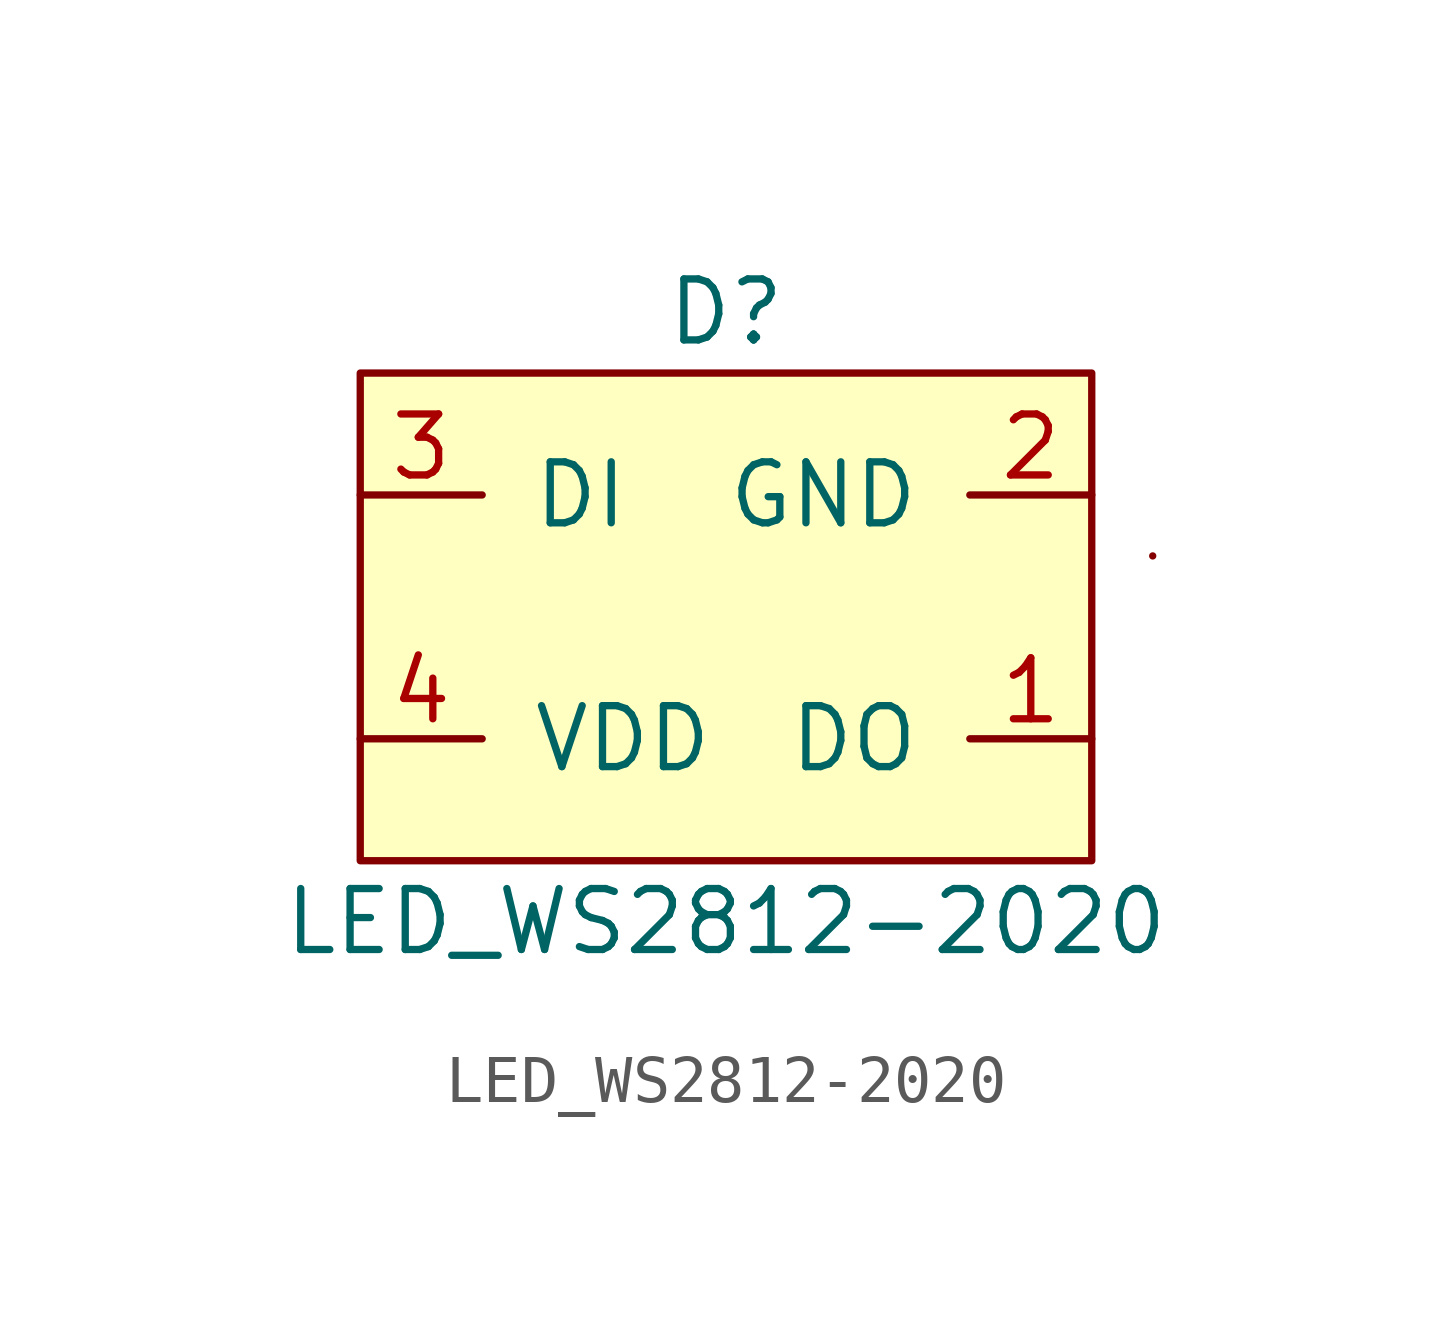
<source format=kicad_sym>
(kicad_symbol_lib
  (version 20241209)
  (generator "kicad_symbol_editor")
  (generator_version "9.0")
  (symbol "LED_WS2812-2020"
    (pin_names
      (offset 1.016))
    (property "Reference" "D"
      (at 0 6.35 0)
      (effects (font (size 1.27 1.27))))
    (property "Value" "LED_WS2812-2020"
      (at 0 -6.35 0)
      (effects (font (size 1.27 1.27))))
    (symbol "LED_WS2812-2020_0_1"
      (rectangle (start -7.62 -5.08) (end 7.62 5.08) (stroke (width 0) (type solid)) (fill (type background)))
      (rectangle (start 8.89 1.27) (end 8.89 1.27) (stroke (width 0) (type solid)) (fill (type outline))))
    (symbol "LED_WS2812-2020_1_1"
      (pin input line (at -7.62 2.54 0) (length 2.54) (name "DI" (effects (font (size 1.27 1.27)))) (number "3" (effects (font (size 1.27 1.27)))))
      (pin power_in line (at -7.62 -2.54 0) (length 2.54) (name "VDD" (effects (font (size 1.27 1.27)))) (number "4" (effects (font (size 1.27 1.27)))))
      (pin input line (at 7.62 2.54 180) (length 2.54) (name "GND" (effects (font (size 1.27 1.27)))) (number "2" (effects (font (size 1.27 1.27)))))
      (pin output line (at 7.62 -2.54 180) (length 2.54) (name "DO" (effects (font (size 1.27 1.27)))) (number "1" (effects (font (size 1.27 1.27))))))))
</source>
